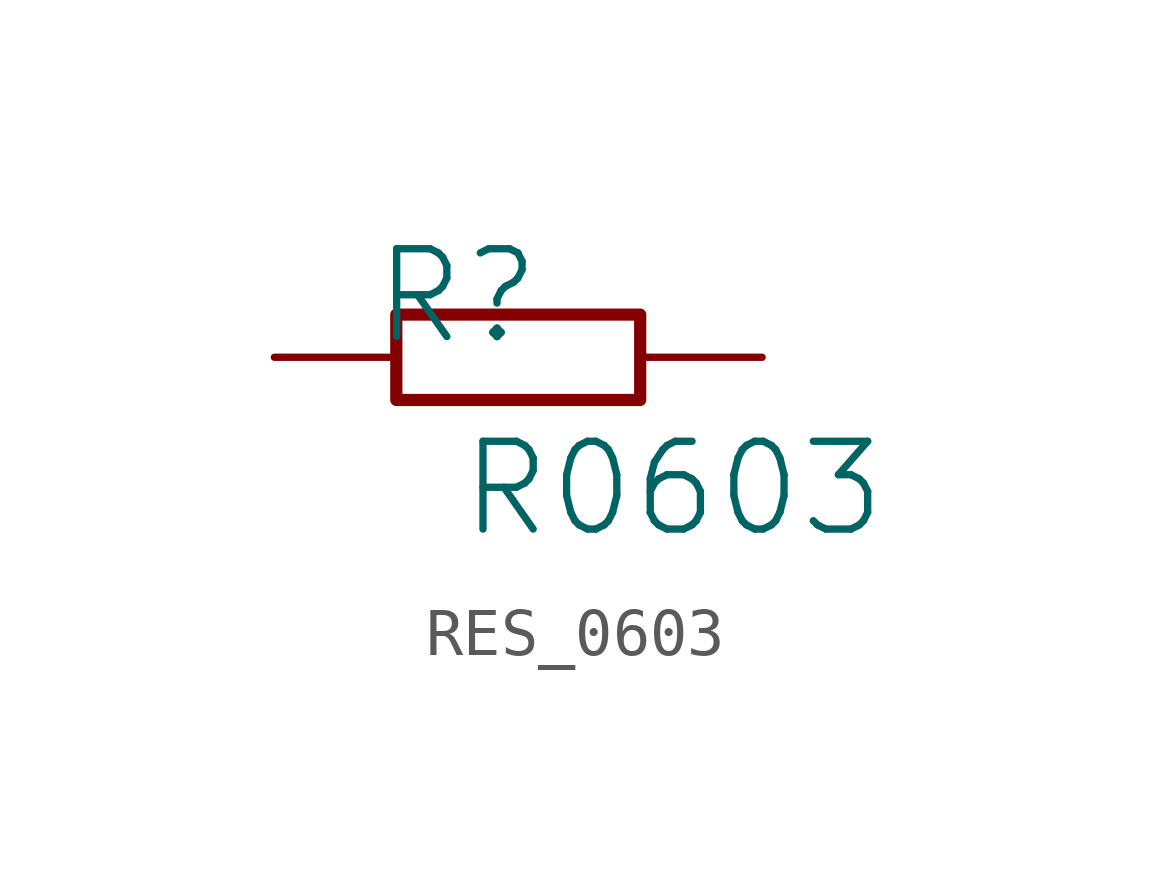
<source format=kicad_sym>
(kicad_symbol_lib
  (version 20231120)
  (generator "kicad_symbol_editor")
  (generator_version "8.0")
  (symbol "RES_0603"
    (property "Reference" "R"
      (at -1.27 1.27 0)
      (effects (font (size 1.829 1.829))))
    (property "Value" "R0603"
      (at -1.27 -3.81 0)
      (effects (font (size 1.829 1.829)) (justify left bottom)))
    (symbol "RES_0603_1_0"
      (polyline (pts (xy -2.54 0) (xy -2.54 0.889) (xy 2.54 0.889) (xy 2.54 -0.889) (xy -2.54 -0.889) (xy -2.54 0)) (stroke (width 0.254) (type solid)) (fill (type none)))
      (pin passive line (at -5.08 0 0) (length 2.54) (name "1" (effects (font (size 0 0)))) (number "1" (effects (font (size 0 0)))))
      (pin passive line (at 5.08 0 180) (length 2.54) (name "2" (effects (font (size 0 0)))) (number "2" (effects (font (size 0 0))))))))
</source>
